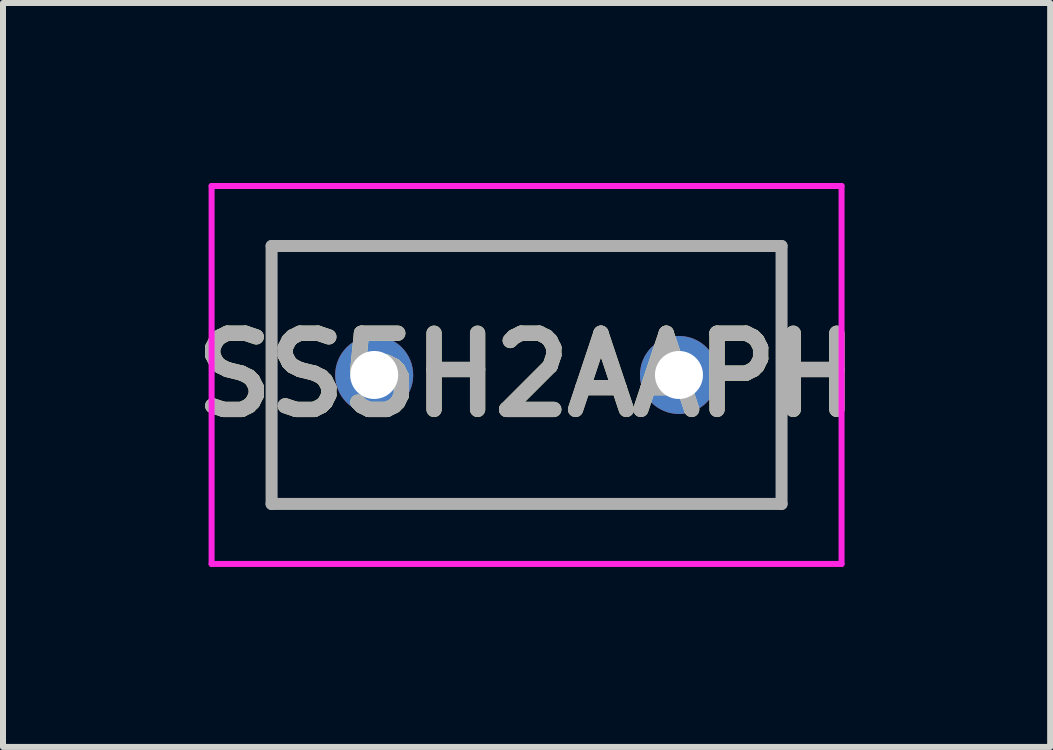
<source format=kicad_pcb>
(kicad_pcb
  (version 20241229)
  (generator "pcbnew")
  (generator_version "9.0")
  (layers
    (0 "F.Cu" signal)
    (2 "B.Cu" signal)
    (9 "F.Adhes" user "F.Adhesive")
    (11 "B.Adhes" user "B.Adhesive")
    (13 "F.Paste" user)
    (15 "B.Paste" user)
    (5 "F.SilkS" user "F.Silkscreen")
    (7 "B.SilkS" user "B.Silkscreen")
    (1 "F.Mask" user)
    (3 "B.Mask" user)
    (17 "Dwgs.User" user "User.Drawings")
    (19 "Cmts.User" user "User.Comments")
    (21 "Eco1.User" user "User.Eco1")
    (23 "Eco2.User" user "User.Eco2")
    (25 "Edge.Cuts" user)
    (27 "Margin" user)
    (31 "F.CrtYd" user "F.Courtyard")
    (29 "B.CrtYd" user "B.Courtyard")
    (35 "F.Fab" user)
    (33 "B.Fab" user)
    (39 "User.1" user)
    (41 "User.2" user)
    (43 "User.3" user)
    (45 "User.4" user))
  (footprint "SS5H2AAPH"
    (layer "F.Cu")
    (at 3.187 3.2)
    (property "Reference" "SS5H2AAPH" (at 2.54 0 0) (layer "F.SilkS") (effects (font (size 1.27 1.27) (thickness 0.254))))
    (attr through_hole)
    (fp_line (start -1.71 -2.15) (end 6.79 -2.15) (stroke (width 0.1) (type solid)) (layer "F.SilkS"))
    (fp_line (start -1.71 2.15) (end -1.71 -2.15) (stroke (width 0.1) (type solid)) (layer "F.SilkS"))
    (fp_line (start 6.79 -2.15) (end 6.79 2.15) (stroke (width 0.1) (type solid)) (layer "F.SilkS"))
    (fp_line (start 6.79 2.15) (end -1.71 2.15) (stroke (width 0.1) (type solid)) (layer "F.SilkS"))
    (fp_line (start -2.71 -3.15) (end 7.79 -3.15) (stroke (width 0.1) (type solid)) (layer "F.CrtYd"))
    (fp_line (start -2.71 3.15) (end -2.71 -3.15) (stroke (width 0.1) (type solid)) (layer "F.CrtYd"))
    (fp_line (start 7.79 -3.15) (end 7.79 3.15) (stroke (width 0.1) (type solid)) (layer "F.CrtYd"))
    (fp_line (start 7.79 3.15) (end -2.71 3.15) (stroke (width 0.1) (type solid)) (layer "F.CrtYd"))
    (fp_line (start -1.71 -2.15) (end 6.79 -2.15) (stroke (width 0.2) (type solid)) (layer "F.Fab"))
    (fp_line (start -1.71 2.15) (end -1.71 -2.15) (stroke (width 0.2) (type solid)) (layer "F.Fab"))
    (fp_line (start 6.79 -2.15) (end 6.79 2.15) (stroke (width 0.2) (type solid)) (layer "F.Fab"))
    (fp_line (start 6.79 2.15) (end -1.71 2.15) (stroke (width 0.2) (type solid)) (layer "F.Fab"))
    (fp_text user "${REFERENCE}" (at 2.54 0 0) (layer "F.Fab") (effects (font (size 1.27 1.27) (thickness 0.254))))
    (pad "1" thru_hole circle (at 0 0) (size 1.3 1.3) (drill 0.8) (layers "*.Cu" "*.Mask"))
    (pad "2" thru_hole circle (at 5.08 0) (size 1.3 1.3) (drill 0.8) (layers "*.Cu" "*.Mask")))
  (gr_rect
    (start -3 -3)
    (end 14.454 9.4)
    (stroke (width 0.1) (type default))
    (fill no)
    (layer "Edge.Cuts")))
</source>
